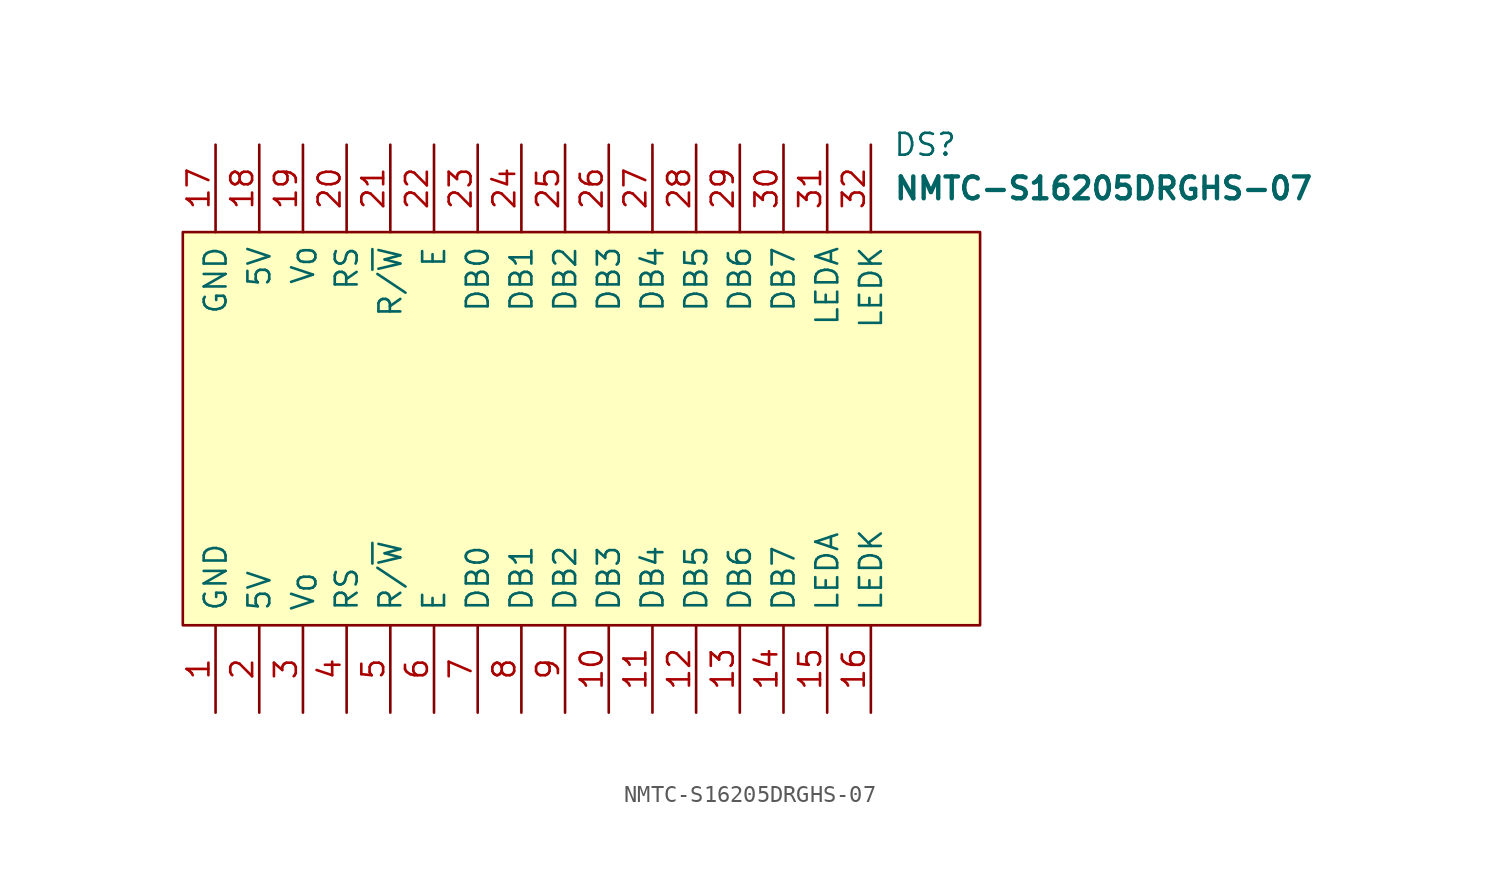
<source format=kicad_sym>
(kicad_symbol_lib
  (version 20211014)
  (generator kicad_symbol_editor)
  (symbol "NMTC-S16205DRGHS-07"
    (pin_names
      (offset 0.762))
    (property "Reference" "DS"
      (at 35.56 -21.59 0)
      (effects (font (size 1.27 1.27)) (justify left)))
    (property "Value" "NMTC-S16205DRGHS-07"
      (at 35.56 -24.13 0)
      (effects (font (size 1.27 1.27) bold) (justify left)))
    (symbol "NMTC-S16205DRGHS-07_0_0"
      (pin passive line (at -3.81 -54.61 90) (length 5.08) (name "GND" (effects (font (size 1.27 1.27)))) (number "1" (effects (font (size 1.27 1.27)))))
      (pin bidirectional line (at 19.05 -54.61 90) (length 5.08) (name "DB3" (effects (font (size 1.27 1.27)))) (number "10" (effects (font (size 1.27 1.27)))))
      (pin bidirectional line (at 21.59 -54.61 90) (length 5.08) (name "DB4" (effects (font (size 1.27 1.27)))) (number "11" (effects (font (size 1.27 1.27)))))
      (pin bidirectional line (at 24.13 -54.61 90) (length 5.08) (name "DB5" (effects (font (size 1.27 1.27)))) (number "12" (effects (font (size 1.27 1.27)))))
      (pin bidirectional line (at 26.67 -54.61 90) (length 5.08) (name "DB6" (effects (font (size 1.27 1.27)))) (number "13" (effects (font (size 1.27 1.27)))))
      (pin bidirectional line (at 29.21 -54.61 90) (length 5.08) (name "DB7" (effects (font (size 1.27 1.27)))) (number "14" (effects (font (size 1.27 1.27)))))
      (pin passive line (at 31.75 -54.61 90) (length 5.08) (name "LEDA" (effects (font (size 1.27 1.27)))) (number "15" (effects (font (size 1.27 1.27)))))
      (pin passive line (at 34.29 -54.61 90) (length 5.08) (name "LEDK" (effects (font (size 1.27 1.27)))) (number "16" (effects (font (size 1.27 1.27)))))
      (pin passive line (at -3.81 -21.59 270) (length 5.08) (name "GND" (effects (font (size 1.27 1.27)))) (number "17" (effects (font (size 1.27 1.27)))))
      (pin passive line (at -1.27 -21.59 270) (length 5.08) (name "5V" (effects (font (size 1.27 1.27)))) (number "18" (effects (font (size 1.27 1.27)))))
      (pin passive line (at 1.27 -21.59 270) (length 5.08) (name "V_{O}" (effects (font (size 1.27 1.27)))) (number "19" (effects (font (size 1.27 1.27)))))
      (pin passive line (at -1.27 -54.61 90) (length 5.08) (name "5V" (effects (font (size 1.27 1.27)))) (number "2" (effects (font (size 1.27 1.27)))))
      (pin input line (at 3.81 -21.59 270) (length 5.08) (name "RS" (effects (font (size 1.27 1.27)))) (number "20" (effects (font (size 1.27 1.27)))))
      (pin input line (at 6.35 -21.59 270) (length 5.08) (name "R/~{W}" (effects (font (size 1.27 1.27)))) (number "21" (effects (font (size 1.27 1.27)))))
      (pin input line (at 8.89 -21.59 270) (length 5.08) (name "E" (effects (font (size 1.27 1.27)))) (number "22" (effects (font (size 1.27 1.27)))))
      (pin bidirectional line (at 11.43 -21.59 270) (length 5.08) (name "DB0" (effects (font (size 1.27 1.27)))) (number "23" (effects (font (size 1.27 1.27)))))
      (pin bidirectional line (at 13.97 -21.59 270) (length 5.08) (name "DB1" (effects (font (size 1.27 1.27)))) (number "24" (effects (font (size 1.27 1.27)))))
      (pin bidirectional line (at 16.51 -21.59 270) (length 5.08) (name "DB2" (effects (font (size 1.27 1.27)))) (number "25" (effects (font (size 1.27 1.27)))))
      (pin bidirectional line (at 19.05 -21.59 270) (length 5.08) (name "DB3" (effects (font (size 1.27 1.27)))) (number "26" (effects (font (size 1.27 1.27)))))
      (pin bidirectional line (at 21.59 -21.59 270) (length 5.08) (name "DB4" (effects (font (size 1.27 1.27)))) (number "27" (effects (font (size 1.27 1.27)))))
      (pin bidirectional line (at 24.13 -21.59 270) (length 5.08) (name "DB5" (effects (font (size 1.27 1.27)))) (number "28" (effects (font (size 1.27 1.27)))))
      (pin bidirectional line (at 26.67 -21.59 270) (length 5.08) (name "DB6" (effects (font (size 1.27 1.27)))) (number "29" (effects (font (size 1.27 1.27)))))
      (pin passive line (at 1.27 -54.61 90) (length 5.08) (name "V_{O}" (effects (font (size 1.27 1.27)))) (number "3" (effects (font (size 1.27 1.27)))))
      (pin bidirectional line (at 29.21 -21.59 270) (length 5.08) (name "DB7" (effects (font (size 1.27 1.27)))) (number "30" (effects (font (size 1.27 1.27)))))
      (pin passive line (at 31.75 -21.59 270) (length 5.08) (name "LEDA" (effects (font (size 1.27 1.27)))) (number "31" (effects (font (size 1.27 1.27)))))
      (pin passive line (at 34.29 -21.59 270) (length 5.08) (name "LEDK" (effects (font (size 1.27 1.27)))) (number "32" (effects (font (size 1.27 1.27)))))
      (pin input line (at 3.81 -54.61 90) (length 5.08) (name "RS" (effects (font (size 1.27 1.27)))) (number "4" (effects (font (size 1.27 1.27)))))
      (pin input line (at 6.35 -54.61 90) (length 5.08) (name "R/~{W}" (effects (font (size 1.27 1.27)))) (number "5" (effects (font (size 1.27 1.27)))))
      (pin input line (at 8.89 -54.61 90) (length 5.08) (name "E" (effects (font (size 1.27 1.27)))) (number "6" (effects (font (size 1.27 1.27)))))
      (pin bidirectional line (at 11.43 -54.61 90) (length 5.08) (name "DB0" (effects (font (size 1.27 1.27)))) (number "7" (effects (font (size 1.27 1.27)))))
      (pin bidirectional line (at 13.97 -54.61 90) (length 5.08) (name "DB1" (effects (font (size 1.27 1.27)))) (number "8" (effects (font (size 1.27 1.27)))))
      (pin bidirectional line (at 16.51 -54.61 90) (length 5.08) (name "DB2" (effects (font (size 1.27 1.27)))) (number "9" (effects (font (size 1.27 1.27))))))
    (symbol "NMTC-S16205DRGHS-07_0_1"
      (polyline (pts (xy -5.715 -49.53) (xy -5.715 -26.67) (xy 40.64 -26.67) (xy 40.64 -49.53) (xy -5.715 -49.53)) (stroke (width 0.152) (type default) (color 0 0 0 0)) (fill (type background))))))
</source>
